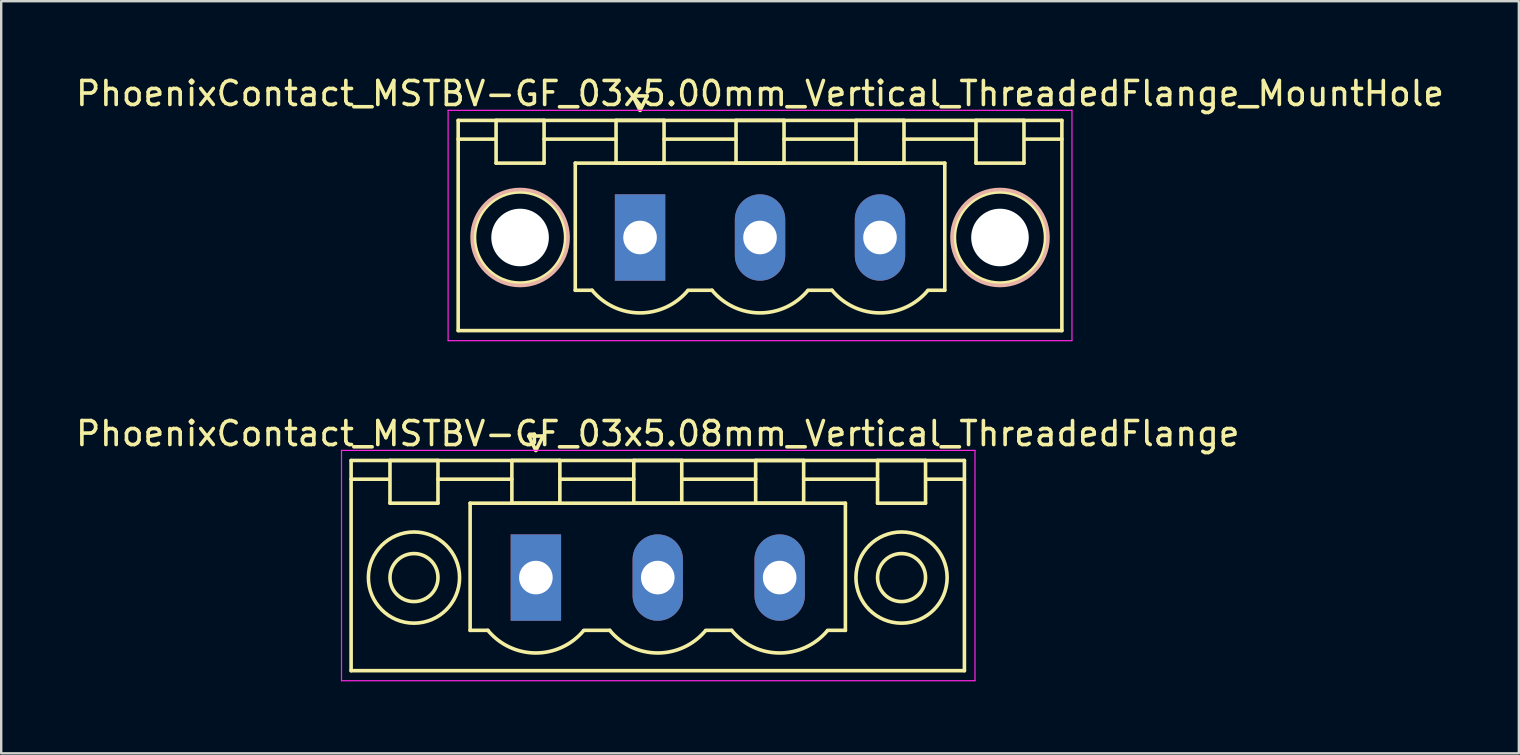
<source format=kicad_pcb>
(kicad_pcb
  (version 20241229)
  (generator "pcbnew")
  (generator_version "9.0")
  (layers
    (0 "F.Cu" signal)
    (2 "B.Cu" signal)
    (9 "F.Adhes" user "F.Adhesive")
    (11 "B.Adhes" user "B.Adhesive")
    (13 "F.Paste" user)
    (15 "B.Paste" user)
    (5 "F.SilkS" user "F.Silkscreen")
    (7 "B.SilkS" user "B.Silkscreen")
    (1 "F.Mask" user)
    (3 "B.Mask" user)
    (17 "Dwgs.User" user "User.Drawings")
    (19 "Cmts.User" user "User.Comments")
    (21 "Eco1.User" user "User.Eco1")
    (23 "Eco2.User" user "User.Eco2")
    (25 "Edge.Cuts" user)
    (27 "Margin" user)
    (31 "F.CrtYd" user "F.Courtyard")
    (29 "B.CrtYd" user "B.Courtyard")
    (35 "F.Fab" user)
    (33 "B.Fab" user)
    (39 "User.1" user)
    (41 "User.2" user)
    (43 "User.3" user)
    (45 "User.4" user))
  (footprint "PhoenixContact_MSTBV-GF_03x5.08mm_Vertical_ThreadedFlange"
    (layer "F.Cu")
    (at 19.283 21.021)
    (property "Reference" "PhoenixContact_MSTBV-GF_03x5.08mm_Vertical_ThreadedFlange" (at 5.08 -6 0) (layer "F.SilkS") (effects (font (size 1 1) (thickness 0.15))))
    (attr through_hole)
    (fp_line (start -7.7 -4.88) (end -7.7 3.88) (stroke (width 0.15) (type solid)) (layer "F.SilkS"))
    (fp_line (start -7.7 -4.1) (end -6.16 -4.1) (stroke (width 0.15) (type solid)) (layer "F.SilkS"))
    (fp_line (start -7.7 3.88) (end 17.86 3.88) (stroke (width 0.15) (type solid)) (layer "F.SilkS"))
    (fp_line (start -6.08 -4.88) (end -4.08 -4.88) (stroke (width 0.15) (type solid)) (layer "F.SilkS"))
    (fp_line (start -6.08 -3.1) (end -6.08 -4.88) (stroke (width 0.15) (type solid)) (layer "F.SilkS"))
    (fp_line (start -4.08 -4.88) (end -4.08 -3.1) (stroke (width 0.15) (type solid)) (layer "F.SilkS"))
    (fp_line (start -4.08 -4.1) (end -1 -4.1) (stroke (width 0.15) (type solid)) (layer "F.SilkS"))
    (fp_line (start -4.08 -3.1) (end -6.08 -3.1) (stroke (width 0.15) (type solid)) (layer "F.SilkS"))
    (fp_line (start -2.74 -3.1) (end 12.9 -3.1) (stroke (width 0.15) (type solid)) (layer "F.SilkS"))
    (fp_line (start -2.74 2.2) (end -2.74 -3.1) (stroke (width 0.15) (type solid)) (layer "F.SilkS"))
    (fp_line (start -2 2.2) (end -2.74 2.2) (stroke (width 0.15) (type solid)) (layer "F.SilkS"))
    (fp_line (start -1 -4.88) (end 1 -4.88) (stroke (width 0.15) (type solid)) (layer "F.SilkS"))
    (fp_line (start -1 -3.1) (end -1 -4.88) (stroke (width 0.15) (type solid)) (layer "F.SilkS"))
    (fp_line (start -0.3 -5.9) (end 0 -5.3) (stroke (width 0.15) (type solid)) (layer "F.SilkS"))
    (fp_line (start 0 -5.3) (end 0.3 -5.9) (stroke (width 0.15) (type solid)) (layer "F.SilkS"))
    (fp_line (start 0.3 -5.9) (end -0.3 -5.9) (stroke (width 0.15) (type solid)) (layer "F.SilkS"))
    (fp_line (start 1 -4.88) (end 1 -3.1) (stroke (width 0.15) (type solid)) (layer "F.SilkS"))
    (fp_line (start 1 -4.1) (end 4.08 -4.1) (stroke (width 0.15) (type solid)) (layer "F.SilkS"))
    (fp_line (start 1 -3.1) (end -1 -3.1) (stroke (width 0.15) (type solid)) (layer "F.SilkS"))
    (fp_line (start 2 2.2) (end 3.08 2.2) (stroke (width 0.15) (type solid)) (layer "F.SilkS"))
    (fp_line (start 4.08 -4.88) (end 6.08 -4.88) (stroke (width 0.15) (type solid)) (layer "F.SilkS"))
    (fp_line (start 4.08 -3.1) (end 4.08 -4.88) (stroke (width 0.15) (type solid)) (layer "F.SilkS"))
    (fp_line (start 6.08 -4.88) (end 6.08 -3.1) (stroke (width 0.15) (type solid)) (layer "F.SilkS"))
    (fp_line (start 6.08 -4.1) (end 9.16 -4.1) (stroke (width 0.15) (type solid)) (layer "F.SilkS"))
    (fp_line (start 6.08 -3.1) (end 4.08 -3.1) (stroke (width 0.15) (type solid)) (layer "F.SilkS"))
    (fp_line (start 7.08 2.2) (end 8.16 2.2) (stroke (width 0.15) (type solid)) (layer "F.SilkS"))
    (fp_line (start 9.16 -4.88) (end 11.16 -4.88) (stroke (width 0.15) (type solid)) (layer "F.SilkS"))
    (fp_line (start 9.16 -3.1) (end 9.16 -4.88) (stroke (width 0.15) (type solid)) (layer "F.SilkS"))
    (fp_line (start 11.16 -4.88) (end 11.16 -3.1) (stroke (width 0.15) (type solid)) (layer "F.SilkS"))
    (fp_line (start 11.16 -4.1) (end 14.24 -4.1) (stroke (width 0.15) (type solid)) (layer "F.SilkS"))
    (fp_line (start 11.16 -3.1) (end 9.16 -3.1) (stroke (width 0.15) (type solid)) (layer "F.SilkS"))
    (fp_line (start 12.9 -3.1) (end 12.9 2.2) (stroke (width 0.15) (type solid)) (layer "F.SilkS"))
    (fp_line (start 12.9 2.2) (end 12.16 2.2) (stroke (width 0.15) (type solid)) (layer "F.SilkS"))
    (fp_line (start 14.24 -4.88) (end 16.24 -4.88) (stroke (width 0.15) (type solid)) (layer "F.SilkS"))
    (fp_line (start 14.24 -3.1) (end 14.24 -4.88) (stroke (width 0.15) (type solid)) (layer "F.SilkS"))
    (fp_line (start 16.24 -4.88) (end 16.24 -3.1) (stroke (width 0.15) (type solid)) (layer "F.SilkS"))
    (fp_line (start 16.24 -3.1) (end 14.24 -3.1) (stroke (width 0.15) (type solid)) (layer "F.SilkS"))
    (fp_line (start 17.86 -4.88) (end -7.7 -4.88) (stroke (width 0.15) (type solid)) (layer "F.SilkS"))
    (fp_line (start 17.86 -4.1) (end 16.32 -4.1) (stroke (width 0.15) (type solid)) (layer "F.SilkS"))
    (fp_line (start 17.86 3.88) (end 17.86 -4.88) (stroke (width 0.15) (type solid)) (layer "F.SilkS"))
    (fp_arc (start 1.986842 2.215821) (mid -0.010289 3.142758) (end -2 2.2) (stroke (width 0.15) (type solid)) (layer "F.SilkS"))
    (fp_arc (start 7.066842 2.215821) (mid 5.069711 3.142758) (end 3.08 2.2) (stroke (width 0.15) (type solid)) (layer "F.SilkS"))
    (fp_arc (start 12.146842 2.215821) (mid 10.149711 3.142758) (end 8.16 2.2) (stroke (width 0.15) (type solid)) (layer "F.SilkS"))
    (fp_circle (center -5.08 0) (end -4.08 0) (stroke (width 0.15) (type solid)) (fill no) (layer "F.SilkS"))
    (fp_circle (center -5.08 0) (end -3.18 0) (stroke (width 0.15) (type solid)) (fill no) (layer "F.SilkS"))
    (fp_circle (center 15.24 0) (end 16.24 0) (stroke (width 0.15) (type solid)) (fill no) (layer "F.SilkS"))
    (fp_circle (center 15.24 0) (end 17.14 0) (stroke (width 0.15) (type solid)) (fill no) (layer "F.SilkS"))
    (fp_line (start -8.1 -5.3) (end -8.1 4.3) (stroke (width 0.05) (type solid)) (layer "F.CrtYd"))
    (fp_line (start -8.1 4.3) (end 18.3 4.3) (stroke (width 0.05) (type solid)) (layer "F.CrtYd"))
    (fp_line (start 18.3 -5.3) (end -8.1 -5.3) (stroke (width 0.05) (type solid)) (layer "F.CrtYd"))
    (fp_line (start 18.3 4.3) (end 18.3 -5.3) (stroke (width 0.05) (type solid)) (layer "F.CrtYd"))
    (pad "1" thru_hole rect (at 0 0) (size 2.1 3.6) (drill 1.4) (layers "*.Cu" "*.Mask"))
    (pad "2" thru_hole oval (at 5.08 0) (size 2.1 3.6) (drill 1.4) (layers "*.Cu" "*.Mask"))
    (pad "3" thru_hole oval (at 10.16 0) (size 2.1 3.6) (drill 1.4) (layers "*.Cu" "*.Mask")))
  (footprint "PhoenixContact_MSTBV-GF_03x5.00mm_Vertical_ThreadedFlange_MountHole"
    (layer "F.Cu")
    (at 23.625 6.848)
    (property "Reference" "PhoenixContact_MSTBV-GF_03x5.00mm_Vertical_ThreadedFlange_MountHole" (at 5 -6 0) (layer "F.SilkS") (effects (font (size 1 1) (thickness 0.15))))
    (attr through_hole)
    (fp_line (start -7.58 -4.88) (end -7.58 3.88) (stroke (width 0.15) (type solid)) (layer "F.SilkS"))
    (fp_line (start -7.58 -4.1) (end -6.08 -4.1) (stroke (width 0.15) (type solid)) (layer "F.SilkS"))
    (fp_line (start -7.58 3.88) (end 17.58 3.88) (stroke (width 0.15) (type solid)) (layer "F.SilkS"))
    (fp_line (start -6 -4.88) (end -4 -4.88) (stroke (width 0.15) (type solid)) (layer "F.SilkS"))
    (fp_line (start -6 -3.1) (end -6 -4.88) (stroke (width 0.15) (type solid)) (layer "F.SilkS"))
    (fp_line (start -4 -4.88) (end -4 -3.1) (stroke (width 0.15) (type solid)) (layer "F.SilkS"))
    (fp_line (start -4 -4.1) (end -1 -4.1) (stroke (width 0.15) (type solid)) (layer "F.SilkS"))
    (fp_line (start -4 -3.1) (end -6 -3.1) (stroke (width 0.15) (type solid)) (layer "F.SilkS"))
    (fp_line (start -2.7 -3.1) (end 12.7 -3.1) (stroke (width 0.15) (type solid)) (layer "F.SilkS"))
    (fp_line (start -2.7 2.2) (end -2.7 -3.1) (stroke (width 0.15) (type solid)) (layer "F.SilkS"))
    (fp_line (start -2 2.2) (end -2.7 2.2) (stroke (width 0.15) (type solid)) (layer "F.SilkS"))
    (fp_line (start -1 -4.88) (end 1 -4.88) (stroke (width 0.15) (type solid)) (layer "F.SilkS"))
    (fp_line (start -1 -3.1) (end -1 -4.88) (stroke (width 0.15) (type solid)) (layer "F.SilkS"))
    (fp_line (start -0.3 -5.9) (end 0 -5.3) (stroke (width 0.15) (type solid)) (layer "F.SilkS"))
    (fp_line (start 0 -5.3) (end 0.3 -5.9) (stroke (width 0.15) (type solid)) (layer "F.SilkS"))
    (fp_line (start 0.3 -5.9) (end -0.3 -5.9) (stroke (width 0.15) (type solid)) (layer "F.SilkS"))
    (fp_line (start 1 -4.88) (end 1 -3.1) (stroke (width 0.15) (type solid)) (layer "F.SilkS"))
    (fp_line (start 1 -4.1) (end 4 -4.1) (stroke (width 0.15) (type solid)) (layer "F.SilkS"))
    (fp_line (start 1 -3.1) (end -1 -3.1) (stroke (width 0.15) (type solid)) (layer "F.SilkS"))
    (fp_line (start 2 2.2) (end 3 2.2) (stroke (width 0.15) (type solid)) (layer "F.SilkS"))
    (fp_line (start 4 -4.88) (end 6 -4.88) (stroke (width 0.15) (type solid)) (layer "F.SilkS"))
    (fp_line (start 4 -3.1) (end 4 -4.88) (stroke (width 0.15) (type solid)) (layer "F.SilkS"))
    (fp_line (start 6 -4.88) (end 6 -3.1) (stroke (width 0.15) (type solid)) (layer "F.SilkS"))
    (fp_line (start 6 -4.1) (end 9 -4.1) (stroke (width 0.15) (type solid)) (layer "F.SilkS"))
    (fp_line (start 6 -3.1) (end 4 -3.1) (stroke (width 0.15) (type solid)) (layer "F.SilkS"))
    (fp_line (start 7 2.2) (end 8 2.2) (stroke (width 0.15) (type solid)) (layer "F.SilkS"))
    (fp_line (start 9 -4.88) (end 11 -4.88) (stroke (width 0.15) (type solid)) (layer "F.SilkS"))
    (fp_line (start 9 -3.1) (end 9 -4.88) (stroke (width 0.15) (type solid)) (layer "F.SilkS"))
    (fp_line (start 11 -4.88) (end 11 -3.1) (stroke (width 0.15) (type solid)) (layer "F.SilkS"))
    (fp_line (start 11 -4.1) (end 14 -4.1) (stroke (width 0.15) (type solid)) (layer "F.SilkS"))
    (fp_line (start 11 -3.1) (end 9 -3.1) (stroke (width 0.15) (type solid)) (layer "F.SilkS"))
    (fp_line (start 12.7 -3.1) (end 12.7 2.2) (stroke (width 0.15) (type solid)) (layer "F.SilkS"))
    (fp_line (start 12.7 2.2) (end 12 2.2) (stroke (width 0.15) (type solid)) (layer "F.SilkS"))
    (fp_line (start 14 -4.88) (end 16 -4.88) (stroke (width 0.15) (type solid)) (layer "F.SilkS"))
    (fp_line (start 14 -3.1) (end 14 -4.88) (stroke (width 0.15) (type solid)) (layer "F.SilkS"))
    (fp_line (start 16 -4.88) (end 16 -3.1) (stroke (width 0.15) (type solid)) (layer "F.SilkS"))
    (fp_line (start 16 -3.1) (end 14 -3.1) (stroke (width 0.15) (type solid)) (layer "F.SilkS"))
    (fp_line (start 17.58 -4.88) (end -7.58 -4.88) (stroke (width 0.15) (type solid)) (layer "F.SilkS"))
    (fp_line (start 17.58 -4.1) (end 16.08 -4.1) (stroke (width 0.15) (type solid)) (layer "F.SilkS"))
    (fp_line (start 17.58 3.88) (end 17.58 -4.88) (stroke (width 0.15) (type solid)) (layer "F.SilkS"))
    (fp_arc (start 1.986842 2.215821) (mid -0.010289 3.142758) (end -2 2.2) (stroke (width 0.15) (type solid)) (layer "F.SilkS"))
    (fp_arc (start 6.986842 2.215821) (mid 4.989711 3.142758) (end 3 2.2) (stroke (width 0.15) (type solid)) (layer "F.SilkS"))
    (fp_arc (start 11.986842 2.215821) (mid 9.989711 3.142758) (end 8 2.2) (stroke (width 0.15) (type solid)) (layer "F.SilkS"))
    (fp_circle (center -5 0) (end -3.1 0) (stroke (width 0.15) (type solid)) (fill no) (layer "F.SilkS"))
    (fp_circle (center 15 0) (end 16.9 0) (stroke (width 0.15) (type solid)) (fill no) (layer "F.SilkS"))
    (fp_circle (center -5 0) (end -3 0) (stroke (width 0.15) (type solid)) (fill no) (layer "B.SilkS"))
    (fp_circle (center 15 0) (end 17 0) (stroke (width 0.15) (type solid)) (fill no) (layer "B.SilkS"))
    (fp_line (start -8 -5.3) (end -8 4.3) (stroke (width 0.05) (type solid)) (layer "F.CrtYd"))
    (fp_line (start -8 4.3) (end 18 4.3) (stroke (width 0.05) (type solid)) (layer "F.CrtYd"))
    (fp_line (start 18 -5.3) (end -8 -5.3) (stroke (width 0.05) (type solid)) (layer "F.CrtYd"))
    (fp_line (start 18 4.3) (end 18 -5.3) (stroke (width 0.05) (type solid)) (layer "F.CrtYd"))
    (pad "" np_thru_hole circle (at -5 0) (size 2.4 2.4) (drill 2.4) (layers "*.Cu" "*.Mask"))
    (pad "" np_thru_hole circle (at 15 0) (size 2.4 2.4) (drill 2.4) (layers "*.Cu" "*.Mask"))
    (pad "1" thru_hole rect (at 0 0) (size 2.1 3.6) (drill 1.4) (layers "*.Cu" "*.Mask"))
    (pad "2" thru_hole oval (at 5 0) (size 2.1 3.6) (drill 1.4) (layers "*.Cu" "*.Mask"))
    (pad "3" thru_hole oval (at 10 0) (size 2.1 3.6) (drill 1.4) (layers "*.Cu" "*.Mask")))
  (gr_rect
    (start -3 -3)
    (end 60.25 28.346)
    (stroke (width 0.1) (type default))
    (fill no)
    (layer "Edge.Cuts")))
</source>
